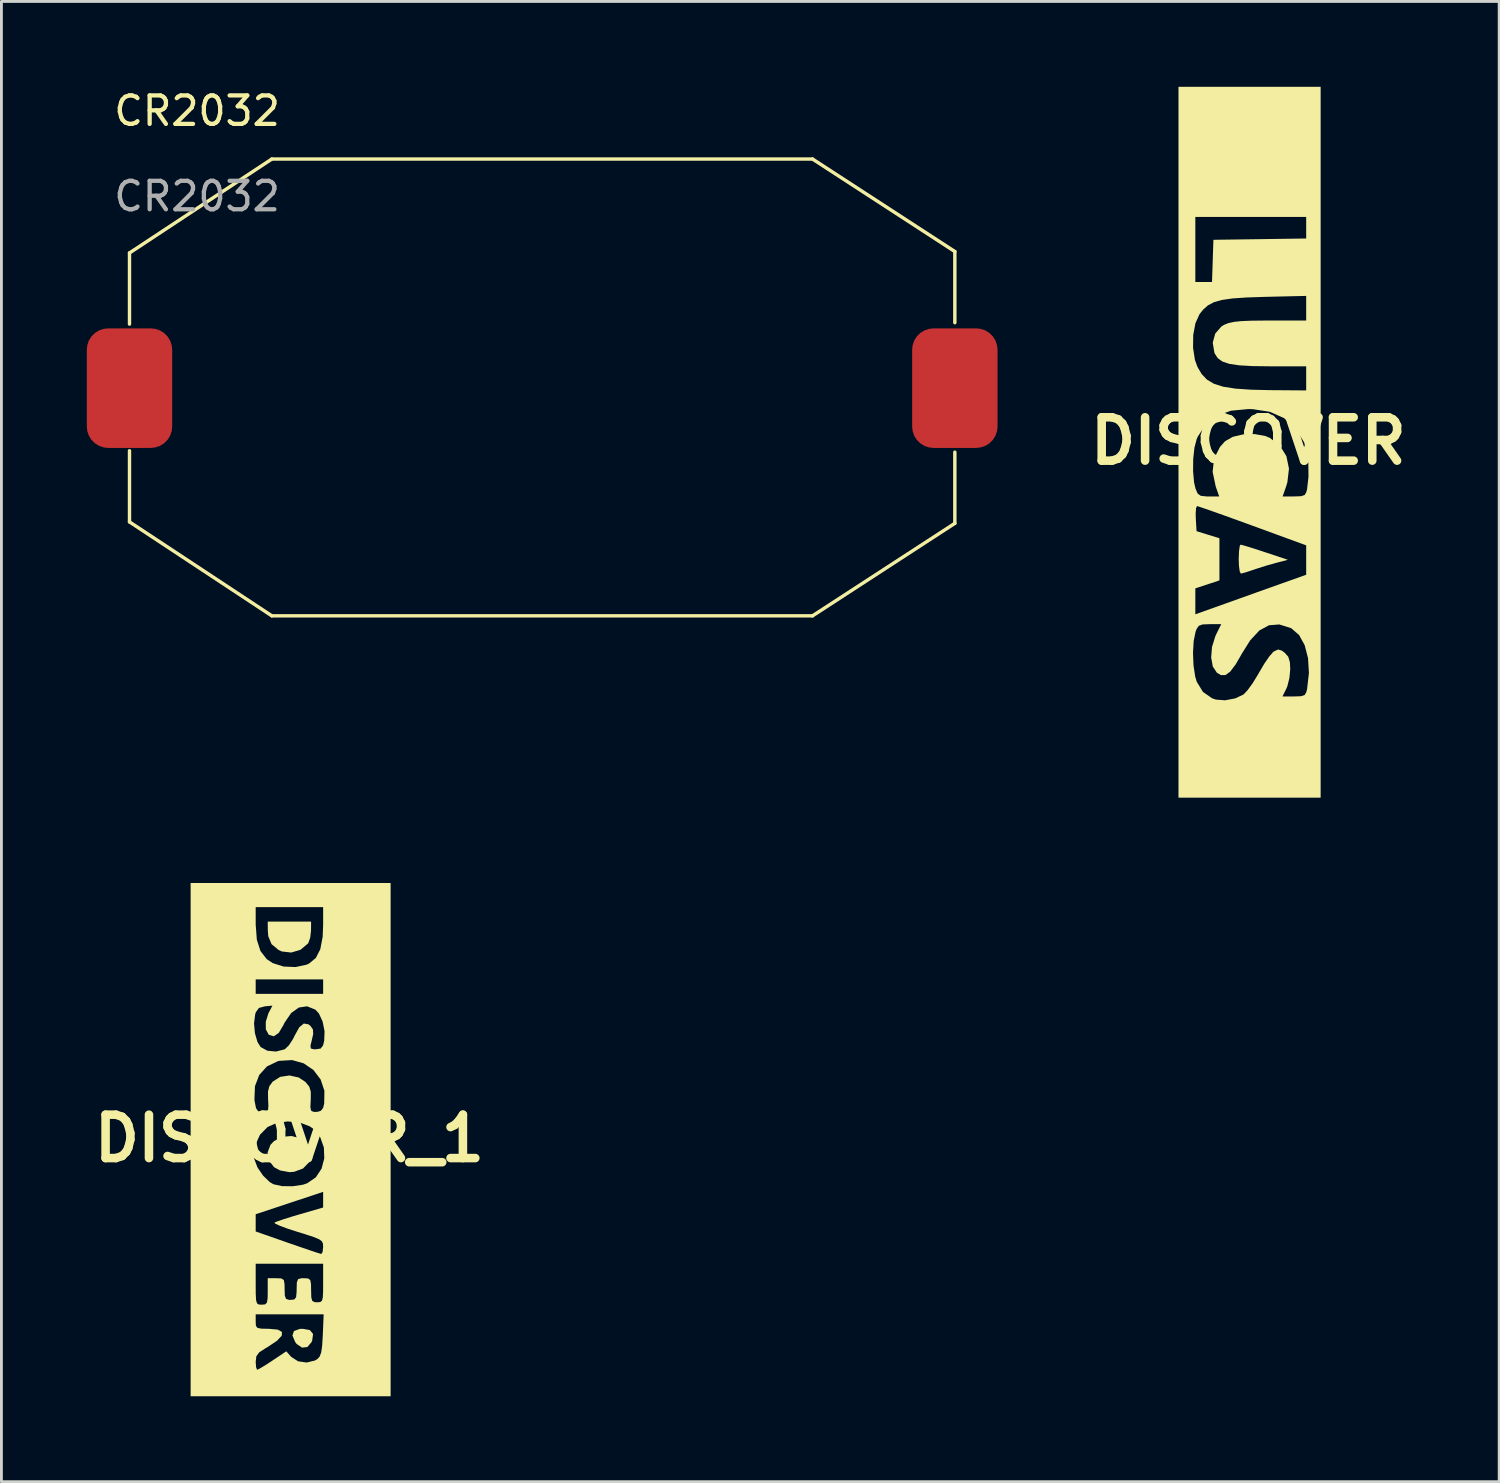
<source format=kicad_pcb>
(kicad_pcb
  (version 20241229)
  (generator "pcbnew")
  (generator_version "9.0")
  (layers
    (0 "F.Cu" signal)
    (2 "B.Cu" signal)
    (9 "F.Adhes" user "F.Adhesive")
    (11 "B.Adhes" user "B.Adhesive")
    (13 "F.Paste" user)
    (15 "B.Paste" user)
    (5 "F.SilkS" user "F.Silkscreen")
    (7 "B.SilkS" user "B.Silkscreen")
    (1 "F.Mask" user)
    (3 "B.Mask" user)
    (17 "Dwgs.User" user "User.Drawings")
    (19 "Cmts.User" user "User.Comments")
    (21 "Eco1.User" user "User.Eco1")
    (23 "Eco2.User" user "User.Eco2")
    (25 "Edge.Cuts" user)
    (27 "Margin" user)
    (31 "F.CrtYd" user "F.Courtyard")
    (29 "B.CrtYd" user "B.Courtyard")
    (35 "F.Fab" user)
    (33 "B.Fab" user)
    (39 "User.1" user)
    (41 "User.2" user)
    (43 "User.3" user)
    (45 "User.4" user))
  (footprint "DISCOVER"
    (layer "F.Cu")
    (at 40.813 12.446)
    (property "Reference" "DISCOVER" (at 0 0 0) (layer "F.SilkS") (effects (font (size 1.524 1.524) (thickness 0.3))))
    (attr board_only exclude_from_pos_files exclude_from_bom)
    (fp_poly (pts (xy -0.173 3.666) (xy 0.053 3.734) (xy 0.363 3.833) (xy 0.588 3.907) (xy 1.388 4.174) (xy 0.969 4.283) (xy 0.628 4.379) (xy 0.28 4.49) (xy 0.18 4.524) (xy -0.057 4.603) (xy -0.227 4.651) (xy -0.265 4.657) (xy -0.304 4.58) (xy -0.331 4.38) (xy -0.339 4.149) (xy -0.329 3.881) (xy -0.304 3.697) (xy -0.275 3.641)) (stroke (width 0) (type solid)) (fill yes) (layer "F.SilkS"))
    (fp_poly (pts (xy 2.54 12.531) (xy -2.455 12.531) (xy -2.455 7.443) (xy -1.945 7.443) (xy -1.927 7.882) (xy -1.869 8.272) (xy -1.813 8.46) (xy -1.594 8.817) (xy -1.273 9.04) (xy -1.139 9.086) (xy -0.818 9.11) (xy -0.464 9.044) (xy -0.172 8.907) (xy -0.171 8.907) (xy -0.03 8.759) (xy 0.152 8.508) (xy 0.34 8.202) (xy 0.381 8.129) (xy 0.56 7.825) (xy 0.735 7.571) (xy 0.872 7.413) (xy 0.898 7.393) (xy 1.046 7.325) (xy 1.178 7.365) (xy 1.274 7.437) (xy 1.402 7.579) (xy 1.46 7.774) (xy 1.472 8.012) (xy 1.443 8.325) (xy 1.37 8.617) (xy 1.335 8.7) (xy 1.198 8.975) (xy 1.605 8.975) (xy 1.851 8.967) (xy 1.979 8.924) (xy 2.039 8.817) (xy 2.064 8.71) (xy 2.128 8.15) (xy 2.097 7.628) (xy 1.979 7.174) (xy 1.782 6.816) (xy 1.514 6.584) (xy 1.486 6.57) (xy 1.088 6.445) (xy 0.725 6.473) (xy 0.387 6.657) (xy 0.066 7.002) (xy -0.212 7.445) (xy -0.445 7.847) (xy -0.637 8.102) (xy -0.805 8.224) (xy -0.964 8.225) (xy -1.105 8.142) (xy -1.249 7.924) (xy -1.307 7.607) (xy -1.277 7.235) (xy -1.159 6.855) (xy -1.128 6.788) (xy -0.953 6.435) (xy -1.357 6.435) (xy -1.606 6.444) (xy -1.741 6.492) (xy -1.82 6.609) (xy -1.854 6.701) (xy -1.921 7.026) (xy -1.945 7.443) (xy -2.455 7.443) (xy -2.455 6.089) (xy -1.863 6.089) (xy -0.783 5.703) (xy -0.279 5.523) (xy 0.268 5.327) (xy 0.788 5.142) (xy 1.164 5.008) (xy 2.032 4.699) (xy 2.032 4.183) (xy 2.032 3.666) (xy 0.147 2.976) (xy -0.386 2.782) (xy -0.866 2.609) (xy -1.271 2.465) (xy -1.577 2.359) (xy -1.761 2.298) (xy -1.805 2.286) (xy -1.838 2.362) (xy -1.851 2.557) (xy -1.846 2.727) (xy -1.82 3.167) (xy -1.418 3.292) (xy -1.016 3.416) (xy -1.016 4.897) (xy -1.439 5.038) (xy -1.863 5.178) (xy -1.863 6.089) (xy -2.455 6.089) (xy -2.455 1.066) (xy -1.942 1.066) (xy -1.907 1.455) (xy -1.854 1.681) (xy -1.779 1.849) (xy -1.67 1.926) (xy -1.467 1.947) (xy -1.392 1.947) (xy -1.024 1.947) (xy -1.147 1.598) (xy -1.255 1.084) (xy -1.205 0.617) (xy -0.996 0.206) (xy -0.813 0.004) (xy -0.542 -0.149) (xy -0.177 -0.234) (xy 0.223 -0.244) (xy 0.596 -0.176) (xy 0.756 -0.11) (xy 1.11 0.164) (xy 1.337 0.533) (xy 1.427 0.971) (xy 1.371 1.452) (xy 1.33 1.587) (xy 1.205 1.947) (xy 1.608 1.947) (xy 1.853 1.939) (xy 1.98 1.896) (xy 2.04 1.787) (xy 2.064 1.683) (xy 2.113 1.255) (xy 2.108 0.794) (xy 2.054 0.366) (xy 1.957 0.042) (xy 1.652 -0.45) (xy 1.252 -0.806) (xy 0.751 -1.028) (xy 0.145 -1.12) (xy 0 -1.123) (xy -0.612 -1.065) (xy -1.106 -0.888) (xy -1.491 -0.588) (xy -1.774 -0.16) (xy -1.816 -0.065) (xy -1.895 0.237) (xy -1.938 0.637) (xy -1.942 1.066) (xy -2.455 1.066) (xy -2.455 -3.277) (xy -1.943 -3.277) (xy -1.878 -2.852) (xy -1.789 -2.605) (xy -1.641 -2.353) (xy -1.455 -2.157) (xy -1.209 -2.011) (xy -0.883 -1.908) (xy -0.453 -1.841) (xy 0.1 -1.803) (xy 0.801 -1.787) (xy 0.826 -1.787) (xy 2.032 -1.778) (xy 2.032 -2.625) (xy 0.759 -2.625) (xy 0.143 -2.633) (xy -0.327 -2.66) (xy -0.672 -2.712) (xy -0.914 -2.794) (xy -1.076 -2.912) (xy -1.179 -3.071) (xy -1.194 -3.107) (xy -1.251 -3.456) (xy -1.164 -3.776) (xy -0.947 -4.025) (xy -0.847 -4.085) (xy -0.698 -4.145) (xy -0.509 -4.186) (xy -0.251 -4.213) (xy 0.109 -4.228) (xy 0.599 -4.233) (xy 0.741 -4.233) (xy 2.032 -4.233) (xy 2.032 -5.099) (xy 0.572 -5.065) (xy -0.063 -5.044) (xy -0.554 -5.01) (xy -0.927 -4.957) (xy -1.207 -4.879) (xy -1.419 -4.767) (xy -1.589 -4.616) (xy -1.716 -4.456) (xy -1.86 -4.139) (xy -1.937 -3.726) (xy -1.943 -3.277) (xy -2.455 -3.277) (xy -2.455 -5.588) (xy -1.863 -5.588) (xy -1.277 -5.588) (xy -1.252 -6.329) (xy -1.228 -7.07) (xy 0.402 -7.093) (xy 2.032 -7.116) (xy 2.032 -7.874) (xy -1.863 -7.874) (xy -1.863 -5.588) (xy -2.455 -5.588) (xy -2.455 -12.446) (xy 2.54 -12.446)) (stroke (width 0) (type solid)) (fill yes) (layer "F.SilkS")))
  (footprint "CR2032"
    (layer "F.Cu")
    (at 1.5 10.588)
    (property "Reference" "CR2032" (at 2.375 -9.74 0) (unlocked yes) (layer "F.SilkS") (effects (font (size 1 1) (thickness 0.15))))
    (attr smd)
    (fp_line (start 0 -4.75) (end 5 -8.05) (stroke (width 0.12) (type solid)) (layer "F.SilkS"))
    (fp_line (start 0 -2.25) (end 0 -4.75) (stroke (width 0.12) (type solid)) (layer "F.SilkS"))
    (fp_line (start 0 2.2) (end 0 4.7) (stroke (width 0.12) (type solid)) (layer "F.SilkS"))
    (fp_line (start 0 4.7) (end 5 8) (stroke (width 0.12) (type solid)) (layer "F.SilkS"))
    (fp_line (start 5 -8.05) (end 24 -8.05) (stroke (width 0.12) (type solid)) (layer "F.SilkS"))
    (fp_line (start 5 8) (end 24 8) (stroke (width 0.12) (type solid)) (layer "F.SilkS"))
    (fp_line (start 29 -4.8) (end 24 -8.05) (stroke (width 0.12) (type solid)) (layer "F.SilkS"))
    (fp_line (start 29 -2.3) (end 29 -4.8) (stroke (width 0.12) (type solid)) (layer "F.SilkS"))
    (fp_line (start 29 2.25) (end 29 4.75) (stroke (width 0.12) (type solid)) (layer "F.SilkS"))
    (fp_line (start 29 4.75) (end 24 8) (stroke (width 0.12) (type solid)) (layer "F.SilkS"))
    (fp_text user "${REFERENCE}" (at 2.375 -6.74 0) (unlocked yes) (layer "F.Fab") (effects (font (size 1 1) (thickness 0.15))))
    (pad "1" smd roundrect (at 0 0) (size 3 4.2) (layers "F.Cu" "F.Mask" "F.Paste") (roundrect_rratio 0.25))
    (pad "2" smd roundrect (at 29 0 180) (size 3 4.2) (layers "F.Cu" "F.Mask" "F.Paste") (roundrect_rratio 0.25)))
  (footprint "DISCOVER_1"
    (layer "F.Cu")
    (at 7.119 36.951)
    (property "Reference" "DISCOVER_1" (at 0 0 0) (layer "F.SilkS") (effects (font (size 1.524 1.524) (thickness 0.3))))
    (attr board_only exclude_from_pos_files exclude_from_bom)
    (fp_poly (pts (xy 0.72 6.735) (xy 0.831 6.872) (xy 0.8 7.1) (xy 0.775 7.16) (xy 0.63 7.329) (xy 0.443 7.35) (xy 0.256 7.223) (xy 0.204 7.155) (xy 0.106 6.924) (xy 0.159 6.768) (xy 0.359 6.694) (xy 0.466 6.689)) (stroke (width 0) (type solid)) (fill yes) (layer "F.SilkS"))
    (fp_poly (pts (xy 0.759 -7.303) (xy 0.731 -7.055) (xy 0.665 -6.867) (xy 0.653 -6.851) (xy 0.391 -6.63) (xy 0.065 -6.532) (xy -0.265 -6.569) (xy -0.381 -6.622) (xy -0.628 -6.827) (xy -0.743 -7.104) (xy -0.759 -7.303) (xy -0.762 -7.62) (xy 0.762 -7.62)) (stroke (width 0) (type solid)) (fill yes) (layer "F.SilkS"))
    (fp_poly (pts (xy 0.368 -0.009) (xy 0.605 0.159) (xy 0.743 0.404) (xy 0.762 0.55) (xy 0.686 0.841) (xy 0.478 1.056) (xy 0.166 1.172) (xy 0 1.185) (xy -0.332 1.123) (xy -0.539 1.01) (xy -0.725 0.771) (xy -0.767 0.492) (xy -0.665 0.223) (xy -0.539 0.091) (xy -0.244 -0.057) (xy 0.071 -0.086)) (stroke (width 0) (type solid)) (fill yes) (layer "F.SilkS"))
    (fp_poly (pts (xy 3.556 9.059) (xy -3.471 9.059) (xy -3.471 7.847) (xy -1.185 7.847) (xy -1.171 8.037) (xy -1.137 8.127) (xy -1.133 8.128) (xy -1.041 8.084) (xy -0.85 7.97) (xy -0.601 7.808) (xy -0.595 7.804) (xy -0.11 7.48) (xy 0.066 7.677) (xy 0.304 7.83) (xy 0.605 7.874) (xy 0.897 7.803) (xy 0.979 7.754) (xy 1.063 7.664) (xy 1.117 7.519) (xy 1.151 7.28) (xy 1.173 6.91) (xy 1.173 6.907) (xy 1.203 6.181) (xy -1.185 6.181) (xy -1.185 6.435) (xy -1.178 6.58) (xy -1.126 6.655) (xy -0.99 6.684) (xy -0.727 6.689) (xy -0.72 6.689) (xy -0.411 6.717) (xy -0.262 6.799) (xy -0.269 6.93) (xy -0.433 7.106) (xy -0.753 7.322) (xy -0.848 7.377) (xy -1.063 7.517) (xy -1.162 7.655) (xy -1.185 7.847) (xy -1.185 7.847) (xy -3.471 7.847) (xy -3.471 5.122) (xy -1.185 5.122) (xy -1.183 5.471) (xy -1.171 5.684) (xy -1.138 5.794) (xy -1.075 5.836) (xy -0.974 5.842) (xy -0.852 5.83) (xy -0.789 5.766) (xy -0.765 5.609) (xy -0.762 5.376) (xy -0.762 4.911) (xy -0.466 4.911) (xy -0.284 4.919) (xy -0.197 4.974) (xy -0.171 5.122) (xy -0.169 5.292) (xy -0.161 5.527) (xy -0.117 5.638) (xy -0.015 5.671) (xy 0.042 5.673) (xy 0.173 5.657) (xy 0.235 5.579) (xy 0.253 5.394) (xy 0.254 5.292) (xy 0.261 5.057) (xy 0.304 4.946) (xy 0.412 4.913) (xy 0.508 4.911) (xy 0.658 4.92) (xy 0.733 4.977) (xy 0.759 5.125) (xy 0.762 5.334) (xy 0.769 5.585) (xy 0.804 5.711) (xy 0.889 5.753) (xy 0.974 5.757) (xy 1.079 5.75) (xy 1.142 5.705) (xy 1.173 5.589) (xy 1.184 5.365) (xy 1.185 5.08) (xy 1.185 4.403) (xy -1.185 4.403) (xy -1.185 5.122) (xy -3.471 5.122) (xy -3.471 3.269) (xy -1.185 3.269) (xy -0.064 3.661) (xy 0.346 3.803) (xy 0.697 3.923) (xy 0.961 4.011) (xy 1.105 4.055) (xy 1.122 4.059) (xy 1.166 3.989) (xy 1.185 3.814) (xy 1.185 3.811) (xy 1.179 3.699) (xy 1.14 3.614) (xy 1.042 3.542) (xy 0.854 3.464) (xy 0.55 3.364) (xy 0.296 3.286) (xy -0.054 3.173) (xy -0.328 3.072) (xy -0.494 2.996) (xy -0.529 2.96) (xy -0.425 2.914) (xy -0.196 2.836) (xy 0.12 2.737) (xy 0.36 2.666) (xy 1.185 2.427) (xy 1.185 1.877) (xy 0 2.27) (xy -1.185 2.663) (xy -1.185 3.269) (xy -3.471 3.269) (xy -3.471 0.628) (xy -1.243 0.628) (xy -1.229 0.738) (xy -1.121 1.021) (xy -0.924 1.308) (xy -0.69 1.534) (xy -0.557 1.611) (xy -0.259 1.675) (xy 0.112 1.68) (xy 0.469 1.627) (xy 0.62 1.578) (xy 0.928 1.367) (xy 1.13 1.061) (xy 1.225 0.699) (xy 1.211 0.32) (xy 1.085 -0.037) (xy 0.845 -0.332) (xy 0.722 -0.422) (xy 0.358 -0.561) (xy -0.066 -0.598) (xy -0.482 -0.531) (xy -0.771 -0.399) (xy -1.035 -0.128) (xy -1.2 0.235) (xy -1.243 0.628) (xy -3.471 0.628) (xy -3.471 -1.367) (xy -1.229 -1.367) (xy -1.219 -1.291) (xy -1.173 -1.063) (xy -1.101 -0.959) (xy -0.969 -0.932) (xy -0.943 -0.931) (xy -0.812 -0.941) (xy -0.75 -1.001) (xy -0.738 -1.152) (xy -0.749 -1.361) (xy -0.753 -1.647) (xy -0.704 -1.837) (xy -0.587 -1.996) (xy -0.323 -2.164) (xy 0.001 -2.213) (xy 0.326 -2.142) (xy 0.562 -1.986) (xy 0.695 -1.824) (xy 0.751 -1.647) (xy 0.751 -1.383) (xy 0.749 -1.351) (xy 0.737 -1.102) (xy 0.761 -0.978) (xy 0.84 -0.936) (xy 0.943 -0.931) (xy 1.101 -0.959) (xy 1.185 -1.075) (xy 1.222 -1.226) (xy 1.23 -1.675) (xy 1.095 -2.075) (xy 0.845 -2.404) (xy 0.503 -2.638) (xy 0.095 -2.753) (xy -0.352 -2.727) (xy -0.406 -2.714) (xy -0.787 -2.532) (xy -1.059 -2.232) (xy -1.211 -1.836) (xy -1.229 -1.367) (xy -3.471 -1.367) (xy -3.471 -4.043) (xy -1.243 -4.043) (xy -1.212 -3.697) (xy -1.122 -3.389) (xy -1.01 -3.211) (xy -0.776 -3.083) (xy -0.475 -3.053) (xy -0.18 -3.127) (xy -0.156 -3.14) (xy -0.02 -3.27) (xy 0.126 -3.493) (xy 0.183 -3.611) (xy 0.347 -3.907) (xy 0.507 -4.038) (xy 0.671 -4.009) (xy 0.744 -3.949) (xy 0.827 -3.828) (xy 0.835 -3.669) (xy 0.791 -3.472) (xy 0.74 -3.258) (xy 0.753 -3.16) (xy 0.85 -3.134) (xy 0.934 -3.133) (xy 1.097 -3.158) (xy 1.182 -3.268) (xy 1.222 -3.428) (xy 1.235 -3.766) (xy 1.166 -4.109) (xy 1.035 -4.393) (xy 0.91 -4.527) (xy 0.62 -4.643) (xy 0.331 -4.6) (xy 0.062 -4.407) (xy -0.168 -4.072) (xy -0.207 -3.99) (xy -0.375 -3.707) (xy -0.547 -3.59) (xy -0.721 -3.642) (xy -0.73 -3.65) (xy -0.828 -3.831) (xy -0.831 -4.097) (xy -0.74 -4.392) (xy -0.721 -4.429) (xy -0.597 -4.667) (xy -0.865 -4.641) (xy -1.071 -4.585) (xy -1.179 -4.437) (xy -1.203 -4.36) (xy -1.243 -4.043) (xy -3.471 -4.043) (xy -3.471 -5.08) (xy -1.185 -5.08) (xy 1.185 -5.08) (xy 1.185 -5.588) (xy -1.185 -5.588) (xy -1.185 -5.08) (xy -3.471 -5.08) (xy -3.471 -7.513) (xy -1.185 -7.513) (xy -1.145 -6.984) (xy -1.018 -6.586) (xy -0.797 -6.3) (xy -0.585 -6.16) (xy -0.206 -6.04) (xy 0.217 -6.022) (xy 0.605 -6.106) (xy 0.688 -6.144) (xy 0.927 -6.34) (xy 1.085 -6.647) (xy 1.168 -7.083) (xy 1.185 -7.49) (xy 1.185 -8.128) (xy -1.185 -8.128) (xy -1.185 -7.513) (xy -3.471 -7.513) (xy -3.471 -8.975) (xy 3.556 -8.975)) (stroke (width 0) (type solid)) (fill yes) (layer "F.SilkS")))
  (gr_rect
    (start -3 -3)
    (end 49.626 49.011)
    (stroke (width 0.1) (type default))
    (fill no)
    (layer "Edge.Cuts")))
</source>
